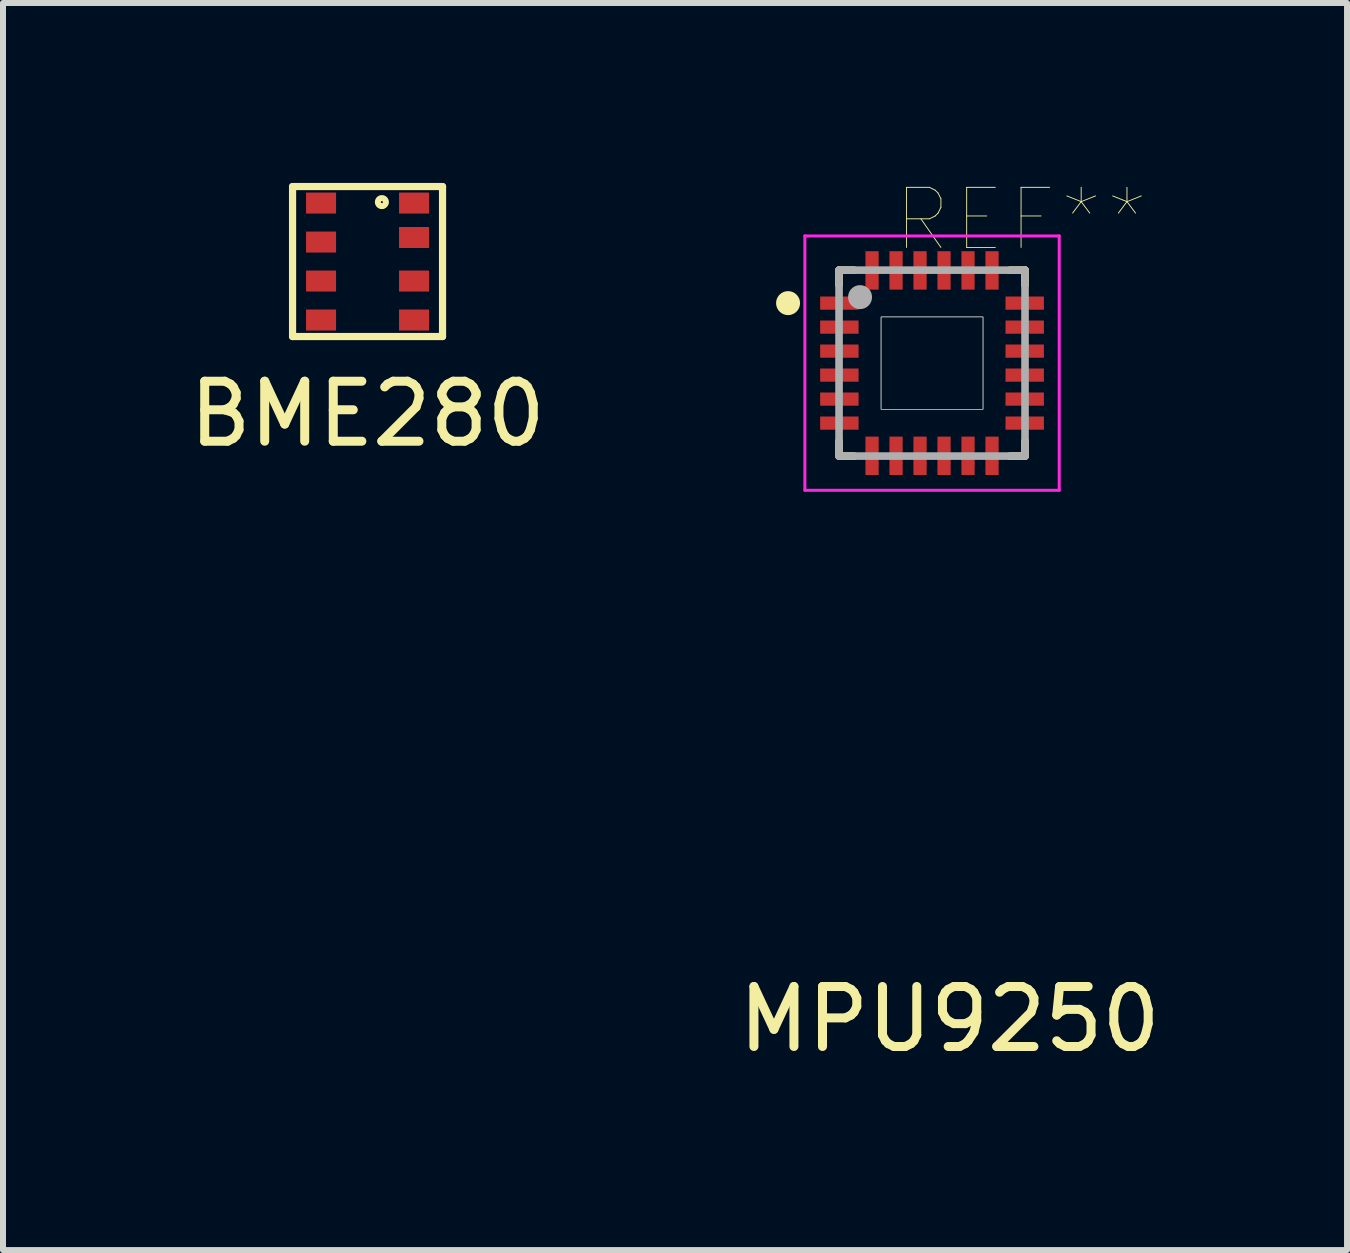
<source format=kicad_pcb>
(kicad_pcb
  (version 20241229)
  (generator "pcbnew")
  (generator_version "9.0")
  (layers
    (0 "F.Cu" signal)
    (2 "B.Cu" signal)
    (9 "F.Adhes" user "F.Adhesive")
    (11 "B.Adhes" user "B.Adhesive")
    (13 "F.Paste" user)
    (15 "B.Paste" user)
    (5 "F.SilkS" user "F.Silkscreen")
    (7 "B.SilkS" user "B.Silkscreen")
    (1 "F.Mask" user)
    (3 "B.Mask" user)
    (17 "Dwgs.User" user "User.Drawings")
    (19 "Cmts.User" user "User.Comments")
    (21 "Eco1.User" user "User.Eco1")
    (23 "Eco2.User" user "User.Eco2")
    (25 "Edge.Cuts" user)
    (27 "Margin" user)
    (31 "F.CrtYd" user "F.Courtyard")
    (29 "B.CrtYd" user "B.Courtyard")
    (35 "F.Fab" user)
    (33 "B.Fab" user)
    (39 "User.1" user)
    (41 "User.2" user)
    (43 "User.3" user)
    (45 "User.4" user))
  (footprint "BME280"
    (layer "F.Cu")
    (at 3.077 1.31)
    (property "Reference" "BME280" (at 0 2.54 0) (layer "F.SilkS") (effects (font (size 1 1) (thickness 0.15))))
    (attr through_hole)
    (fp_line (start -1.25 1.25) (end -1.25 -1.25) (stroke (width 0.12) (type solid)) (layer "F.SilkS"))
    (fp_line (start 1.25 -1.25) (end -1.25 -1.25) (stroke (width 0.12) (type solid)) (layer "F.SilkS"))
    (fp_line (start 1.25 1.25) (end -1.25 1.25) (stroke (width 0.12) (type solid)) (layer "F.SilkS"))
    (fp_line (start 1.25 1.25) (end 1.25 -1.25) (stroke (width 0.12) (type solid)) (layer "F.SilkS"))
    (fp_circle (center 0.239 -0.991) (end 0.306 -0.991) (stroke (width 0.1) (type solid)) (fill no) (layer "F.SilkS"))
    (pad "1" smd rect (at 0.775 -0.975) (size 0.5 0.35) (layers "F.Cu" "F.Mask" "F.Paste"))
    (pad "2" smd rect (at 0.775 -0.401) (size 0.5 0.35) (layers "F.Cu" "F.Mask" "F.Paste"))
    (pad "3" smd rect (at 0.775 0.325) (size 0.5 0.35) (layers "F.Cu" "F.Mask" "F.Paste"))
    (pad "4" smd rect (at 0.775 0.975) (size 0.5 0.35) (layers "F.Cu" "F.Mask" "F.Paste"))
    (pad "5" smd rect (at -0.775 0.975) (size 0.5 0.35) (layers "F.Cu" "F.Mask" "F.Paste"))
    (pad "6" smd rect (at -0.775 0.325) (size 0.5 0.35) (layers "F.Cu" "F.Mask" "F.Paste"))
    (pad "7" smd rect (at -0.775 -0.325) (size 0.5 0.35) (layers "F.Cu" "F.Mask" "F.Paste"))
    (pad "8" smd rect (at -0.775 -0.975) (size 0.5 0.35) (layers "F.Cu" "F.Mask" "F.Paste")))
  (footprint "MPU9250"
    (layer "F.Cu")
    (at 12.485 3.023)
    (property "Reference" "MPU9250" (at 0.295 10.917 0) (layer "F.SilkS") (effects (font (size 1 1) (thickness 0.15))))
    (attr through_hole)
    (fp_line (start -1.548 -1.57) (end -1.548 -1.32) (stroke (width 0.127) (type solid)) (layer "F.SilkS"))
    (fp_line (start -1.548 1.28) (end -1.548 1.53) (stroke (width 0.127) (type solid)) (layer "F.SilkS"))
    (fp_line (start -1.548 1.53) (end -1.298 1.53) (stroke (width 0.127) (type solid)) (layer "F.SilkS"))
    (fp_line (start -1.298 -1.57) (end -1.548 -1.57) (stroke (width 0.127) (type solid)) (layer "F.SilkS"))
    (fp_line (start 1.302 -1.57) (end 1.552 -1.57) (stroke (width 0.127) (type solid)) (layer "F.SilkS"))
    (fp_line (start 1.552 -1.57) (end 1.552 -1.32) (stroke (width 0.127) (type solid)) (layer "F.SilkS"))
    (fp_line (start 1.552 1.28) (end 1.552 1.53) (stroke (width 0.127) (type solid)) (layer "F.SilkS"))
    (fp_line (start 1.552 1.53) (end 1.302 1.53) (stroke (width 0.127) (type solid)) (layer "F.SilkS"))
    (fp_circle (center -2.398 -1.02) (end -2.298 -1.02) (stroke (width 0.2) (type solid)) (fill no) (layer "F.SilkS"))
    (fp_poly (pts (xy -0.848 -0.79) (xy 0.852 -0.79) (xy 0.852 0.75) (xy -0.848 0.75)) (stroke (width 0.01) (type solid)) (fill no) (layer "Dwgs.User"))
    (fp_poly (pts (xy -0.848 -0.79) (xy 0.852 -0.79) (xy 0.852 0.75) (xy -0.848 0.75)) (stroke (width 0.01) (type solid)) (fill no) (layer "Dwgs.User"))
    (fp_line (start -2.118 -2.14) (end 2.122 -2.14) (stroke (width 0.05) (type solid)) (layer "F.CrtYd"))
    (fp_line (start -2.118 2.1) (end -2.118 -2.14) (stroke (width 0.05) (type solid)) (layer "F.CrtYd"))
    (fp_line (start 2.122 -2.14) (end 2.122 2.1) (stroke (width 0.05) (type solid)) (layer "F.CrtYd"))
    (fp_line (start 2.122 2.1) (end -2.118 2.1) (stroke (width 0.05) (type solid)) (layer "F.CrtYd"))
    (fp_line (start -1.548 -1.57) (end 1.552 -1.57) (stroke (width 0.127) (type solid)) (layer "F.Fab"))
    (fp_line (start -1.548 1.53) (end -1.548 -1.57) (stroke (width 0.127) (type solid)) (layer "F.Fab"))
    (fp_line (start 1.552 -1.57) (end 1.552 1.53) (stroke (width 0.127) (type solid)) (layer "F.Fab"))
    (fp_line (start 1.552 1.53) (end -1.548 1.53) (stroke (width 0.127) (type solid)) (layer "F.Fab"))
    (fp_circle (center -1.198 -1.12) (end -1.098 -1.12) (stroke (width 0.2) (type solid)) (fill no) (layer "F.Fab"))
    (fp_text user "REF**" (at 1.486 -2.411 0) (layer "F.SilkS") (effects (font (size 1.002 1.002) (thickness 0.015))))
    (pad "1" smd rect (at -1.543 -1.02) (size 0.64 0.22) (layers "F.Cu" "F.Mask" "F.Paste"))
    (pad "2" smd rect (at -1.543 -0.62) (size 0.64 0.22) (layers "F.Cu" "F.Mask" "F.Paste"))
    (pad "3" smd rect (at -1.543 -0.22) (size 0.64 0.22) (layers "F.Cu" "F.Mask" "F.Paste"))
    (pad "4" smd rect (at -1.543 0.18) (size 0.64 0.22) (layers "F.Cu" "F.Mask" "F.Paste"))
    (pad "5" smd rect (at -1.543 0.58) (size 0.64 0.22) (layers "F.Cu" "F.Mask" "F.Paste"))
    (pad "6" smd rect (at -1.543 0.98) (size 0.64 0.22) (layers "F.Cu" "F.Mask" "F.Paste"))
    (pad "7" smd rect (at -0.998 1.525) (size 0.22 0.64) (layers "F.Cu" "F.Mask" "F.Paste"))
    (pad "8" smd rect (at -0.598 1.525) (size 0.22 0.64) (layers "F.Cu" "F.Mask" "F.Paste"))
    (pad "9" smd rect (at -0.198 1.525) (size 0.22 0.64) (layers "F.Cu" "F.Mask" "F.Paste"))
    (pad "10" smd rect (at 0.202 1.525) (size 0.22 0.64) (layers "F.Cu" "F.Mask" "F.Paste"))
    (pad "11" smd rect (at 0.602 1.525) (size 0.22 0.64) (layers "F.Cu" "F.Mask" "F.Paste"))
    (pad "12" smd rect (at 1.002 1.525) (size 0.22 0.64) (layers "F.Cu" "F.Mask" "F.Paste"))
    (pad "13" smd rect (at 1.547 0.98) (size 0.64 0.22) (layers "F.Cu" "F.Mask" "F.Paste"))
    (pad "14" smd rect (at 1.547 0.58) (size 0.64 0.22) (layers "F.Cu" "F.Mask" "F.Paste"))
    (pad "15" smd rect (at 1.547 0.18) (size 0.64 0.22) (layers "F.Cu" "F.Mask" "F.Paste"))
    (pad "16" smd rect (at 1.547 -0.22) (size 0.64 0.22) (layers "F.Cu" "F.Mask" "F.Paste"))
    (pad "17" smd rect (at 1.547 -0.62) (size 0.64 0.22) (layers "F.Cu" "F.Mask" "F.Paste"))
    (pad "18" smd rect (at 1.547 -1.02) (size 0.64 0.22) (layers "F.Cu" "F.Mask" "F.Paste"))
    (pad "19" smd rect (at 1.002 -1.565) (size 0.22 0.64) (layers "F.Cu" "F.Mask" "F.Paste"))
    (pad "20" smd rect (at 0.602 -1.565) (size 0.22 0.64) (layers "F.Cu" "F.Mask" "F.Paste"))
    (pad "21" smd rect (at 0.202 -1.565) (size 0.22 0.64) (layers "F.Cu" "F.Mask" "F.Paste"))
    (pad "22" smd rect (at -0.198 -1.565) (size 0.22 0.64) (layers "F.Cu" "F.Mask" "F.Paste"))
    (pad "23" smd rect (at -0.598 -1.565) (size 0.22 0.64) (layers "F.Cu" "F.Mask" "F.Paste"))
    (pad "24" smd rect (at -0.998 -1.565) (size 0.22 0.64) (layers "F.Cu" "F.Mask" "F.Paste")))
  (gr_rect
    (start -3 -3)
    (end 19.405 17.788)
    (stroke (width 0.1) (type default))
    (fill no)
    (layer "Edge.Cuts")))
</source>
